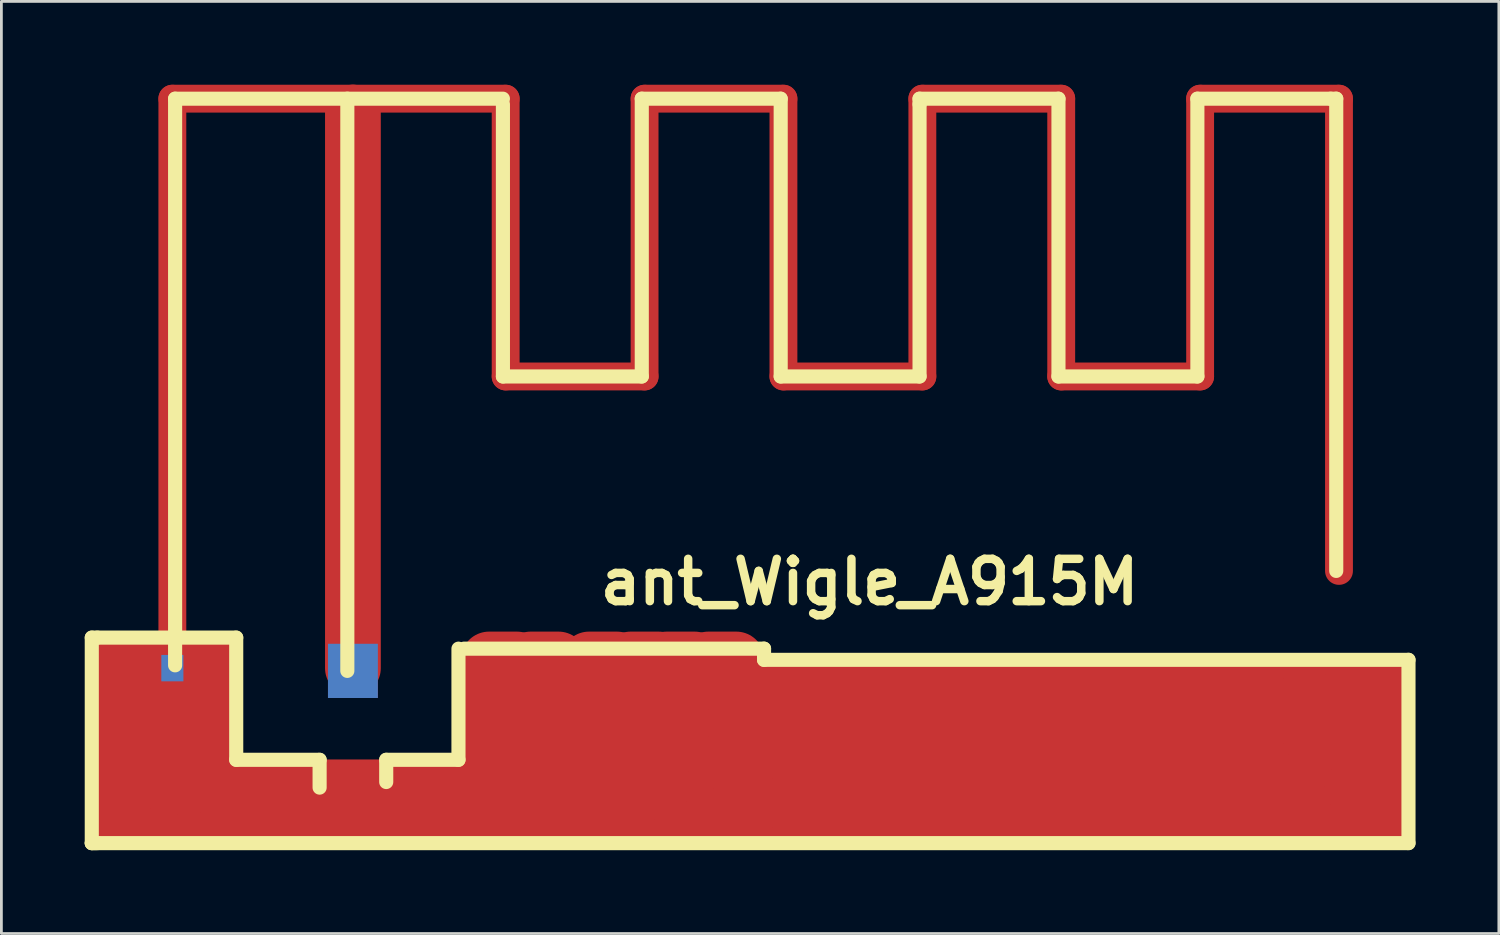
<source format=kicad_pcb>
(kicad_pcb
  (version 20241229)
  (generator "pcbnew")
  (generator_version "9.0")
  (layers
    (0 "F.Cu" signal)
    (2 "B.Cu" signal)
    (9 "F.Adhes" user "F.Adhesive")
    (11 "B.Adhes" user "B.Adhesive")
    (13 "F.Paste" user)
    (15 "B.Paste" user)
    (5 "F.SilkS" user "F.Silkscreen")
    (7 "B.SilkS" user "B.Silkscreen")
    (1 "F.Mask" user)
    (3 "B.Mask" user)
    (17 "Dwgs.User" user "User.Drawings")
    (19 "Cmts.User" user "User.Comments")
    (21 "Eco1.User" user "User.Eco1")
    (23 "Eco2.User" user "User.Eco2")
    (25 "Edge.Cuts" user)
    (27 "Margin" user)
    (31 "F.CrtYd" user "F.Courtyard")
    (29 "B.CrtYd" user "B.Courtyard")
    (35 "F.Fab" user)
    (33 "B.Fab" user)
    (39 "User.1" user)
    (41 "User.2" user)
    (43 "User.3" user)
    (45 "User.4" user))
  (footprint "ant_Wigle_A915M"
    (layer "F.Cu")
    (at 9.655 20.503)
    (property "Reference" "ant_Wigle_A915M" (at 18.6 -2.601 0) (layer "F.SilkS") (effects (font (size 1.524 1.524) (thickness 0.305))))
    (attr through_hole)
    (fp_line (start -8.499 4.803) (end 12.502 4.803) (stroke (width 2.032) (type solid)) (layer "F.Cu"))
    (fp_line (start -8.496 5.804) (end 12.504 5.804) (stroke (width 2.032) (type solid)) (layer "F.Cu"))
    (fp_line (start -8.397 4.801) (end -8.397 0.201) (stroke (width 2.032) (type solid)) (layer "F.Cu"))
    (fp_line (start -8.397 5.801) (end -8.397 1.201) (stroke (width 2.032) (type solid)) (layer "F.Cu"))
    (fp_line (start -8.098 0.198) (end -7.097 0.198) (stroke (width 2.032) (type solid)) (layer "F.Cu"))
    (fp_line (start -6.599 0.198) (end -5.598 0.198) (stroke (width 2.032) (type solid)) (layer "F.Cu"))
    (fp_line (start -6.596 4.801) (end -6.596 0.201) (stroke (width 2.032) (type solid)) (layer "F.Cu"))
    (fp_line (start -6.5 -20) (end -6.5 1.001) (stroke (width 1.003) (type solid)) (layer "F.Cu"))
    (fp_line (start -4.996 4.801) (end -4.996 0.201) (stroke (width 2.032) (type solid)) (layer "F.Cu"))
    (fp_line (start 0 -20) (end -6.5 -20) (stroke (width 1.003) (type solid)) (layer "F.Cu"))
    (fp_line (start 0 -20) (end 5.499 -20) (stroke (width 1.003) (type solid)) (layer "F.Cu"))
    (fp_line (start 0 0.5) (end 0 -19.5) (stroke (width 2.007) (type solid)) (layer "F.Cu"))
    (fp_line (start 4.803 4.999) (end 4.803 0.399) (stroke (width 2.032) (type solid)) (layer "F.Cu"))
    (fp_line (start 4.902 0.201) (end 5.903 0.201) (stroke (width 2.032) (type solid)) (layer "F.Cu"))
    (fp_line (start 5.499 -20) (end 5.499 -10) (stroke (width 1.003) (type solid)) (layer "F.Cu"))
    (fp_line (start 5.499 -10) (end 10.5 -10) (stroke (width 1.003) (type solid)) (layer "F.Cu"))
    (fp_line (start 6.401 0.201) (end 7.402 0.201) (stroke (width 2.032) (type solid)) (layer "F.Cu"))
    (fp_line (start 6.401 5.001) (end 6.401 0.401) (stroke (width 2.032) (type solid)) (layer "F.Cu"))
    (fp_line (start 8.001 5.001) (end 8.001 0.401) (stroke (width 2.032) (type solid)) (layer "F.Cu"))
    (fp_line (start 8.501 0.201) (end 9.502 0.201) (stroke (width 2.032) (type solid)) (layer "F.Cu"))
    (fp_line (start 9.601 5.001) (end 9.601 0.401) (stroke (width 2.032) (type solid)) (layer "F.Cu"))
    (fp_line (start 10 0.201) (end 11.001 0.201) (stroke (width 2.032) (type solid)) (layer "F.Cu"))
    (fp_line (start 10.5 -10) (end 10.5 -20) (stroke (width 1.003) (type solid)) (layer "F.Cu"))
    (fp_line (start 10.701 2.007) (end 31.702 2.007) (stroke (width 2.032) (type solid)) (layer "F.Cu"))
    (fp_line (start 11.201 5.001) (end 11.201 0.401) (stroke (width 2.032) (type solid)) (layer "F.Cu"))
    (fp_line (start 11.3 0.201) (end 12.301 0.201) (stroke (width 2.032) (type solid)) (layer "F.Cu"))
    (fp_line (start 12.101 3.599) (end 13.101 3.599) (stroke (width 2.032) (type solid)) (layer "F.Cu"))
    (fp_line (start 12.799 0.201) (end 13.8 0.201) (stroke (width 2.032) (type solid)) (layer "F.Cu"))
    (fp_line (start 12.903 4.806) (end 33.904 4.806) (stroke (width 2.032) (type solid)) (layer "F.Cu"))
    (fp_line (start 13 1.001) (end 34 1.001) (stroke (width 2.032) (type solid)) (layer "F.Cu"))
    (fp_line (start 13 3) (end 34 3) (stroke (width 2.032) (type solid)) (layer "F.Cu"))
    (fp_line (start 13.302 5.804) (end 34.303 5.804) (stroke (width 2.032) (type solid)) (layer "F.Cu"))
    (fp_line (start 13.599 3.599) (end 14.6 3.599) (stroke (width 2.032) (type solid)) (layer "F.Cu"))
    (fp_line (start 15.499 -20) (end 10.5 -20) (stroke (width 1.003) (type solid)) (layer "F.Cu"))
    (fp_line (start 15.499 -20) (end 15.499 -10) (stroke (width 1.003) (type solid)) (layer "F.Cu"))
    (fp_line (start 15.499 -10) (end 20.5 -10) (stroke (width 1.003) (type solid)) (layer "F.Cu"))
    (fp_line (start 16.101 6.005) (end 37.102 6.005) (stroke (width 2.032) (type solid)) (layer "F.Cu"))
    (fp_line (start 20.5 -20) (end 25.499 -20) (stroke (width 1.003) (type solid)) (layer "F.Cu"))
    (fp_line (start 20.5 -10) (end 20.5 -20) (stroke (width 1.003) (type solid)) (layer "F.Cu"))
    (fp_line (start 25.499 -20) (end 25.499 -10) (stroke (width 1.003) (type solid)) (layer "F.Cu"))
    (fp_line (start 30.5 -20) (end 35.499 -20) (stroke (width 1.003) (type solid)) (layer "F.Cu"))
    (fp_line (start 30.5 -10) (end 25.499 -10) (stroke (width 1.003) (type solid)) (layer "F.Cu"))
    (fp_line (start 30.5 -10) (end 30.5 -20) (stroke (width 1.003) (type solid)) (layer "F.Cu"))
    (fp_line (start 34.501 1.001) (end 34.501 3) (stroke (width 2.032) (type solid)) (layer "F.Cu"))
    (fp_line (start 34.501 1.001) (end 35.502 1.001) (stroke (width 2.032) (type solid)) (layer "F.Cu"))
    (fp_line (start 34.501 4.801) (end 35.502 4.801) (stroke (width 2.032) (type solid)) (layer "F.Cu"))
    (fp_line (start 35.499 -20) (end 35.499 -3) (stroke (width 1.003) (type solid)) (layer "F.Cu"))
    (fp_line (start 35.499 0.998) (end 35.499 2.997) (stroke (width 2.032) (type solid)) (layer "F.Cu"))
    (fp_line (start 35.502 1.001) (end 35.502 3) (stroke (width 2.032) (type solid)) (layer "F.Cu"))
    (fp_line (start 35.502 3) (end 34.501 3) (stroke (width 2.032) (type solid)) (layer "F.Cu"))
    (fp_line (start 35.999 1.001) (end 37 1.001) (stroke (width 2.032) (type solid)) (layer "F.Cu"))
    (fp_line (start 35.999 4.801) (end 37 4.801) (stroke (width 2.032) (type solid)) (layer "F.Cu"))
    (fp_line (start 36.998 0.998) (end 36.998 2.997) (stroke (width 2.032) (type solid)) (layer "F.Cu"))
    (fp_line (start 37 1.001) (end 37 3) (stroke (width 2.032) (type solid)) (layer "F.Cu"))
    (fp_line (start 37 3) (end 35.999 3) (stroke (width 2.032) (type solid)) (layer "F.Cu"))
    (fp_line (start 37.203 5.603) (end 37.203 1.003) (stroke (width 2.032) (type solid)) (layer "F.Cu"))
    (fp_line (start -9.401 -0.599) (end -9.401 6.8) (stroke (width 0.508) (type solid)) (layer "F.SilkS"))
    (fp_line (start -9.401 6.8) (end -9.2 6.8) (stroke (width 0.508) (type solid)) (layer "F.SilkS"))
    (fp_line (start -9.2 -0.599) (end -9.401 -0.599) (stroke (width 0.508) (type solid)) (layer "F.SilkS"))
    (fp_line (start -9.2 -0.599) (end -4.201 -0.599) (stroke (width 0.508) (type solid)) (layer "F.SilkS"))
    (fp_line (start -6.401 -20) (end 5.4 -20) (stroke (width 0.508) (type solid)) (layer "F.SilkS"))
    (fp_line (start -6.401 0.399) (end -6.401 -20) (stroke (width 0.508) (type solid)) (layer "F.SilkS"))
    (fp_line (start -4.201 -0.599) (end -4.201 3.8) (stroke (width 0.508) (type solid)) (layer "F.SilkS"))
    (fp_line (start -4.201 3.8) (end -1.199 3.8) (stroke (width 0.508) (type solid)) (layer "F.SilkS"))
    (fp_line (start -1.199 3.8) (end -1.199 4.801) (stroke (width 0.508) (type solid)) (layer "F.SilkS"))
    (fp_line (start -0.201 0.599) (end -0.201 -20) (stroke (width 0.508) (type solid)) (layer "F.SilkS"))
    (fp_line (start 1.199 3.8) (end 3.8 3.8) (stroke (width 0.508) (type solid)) (layer "F.SilkS"))
    (fp_line (start 1.199 4.6) (end 1.199 3.8) (stroke (width 0.508) (type solid)) (layer "F.SilkS"))
    (fp_line (start 3.8 3.8) (end 3.8 -0.201) (stroke (width 0.508) (type solid)) (layer "F.SilkS"))
    (fp_line (start 4 -0.201) (end 14.801 -0.201) (stroke (width 0.508) (type solid)) (layer "F.SilkS"))
    (fp_line (start 5.4 -19.799) (end 5.4 -10) (stroke (width 0.508) (type solid)) (layer "F.SilkS"))
    (fp_line (start 5.4 -10) (end 10.399 -10) (stroke (width 0.508) (type solid)) (layer "F.SilkS"))
    (fp_line (start 10.399 -20) (end 15.4 -20) (stroke (width 0.508) (type solid)) (layer "F.SilkS"))
    (fp_line (start 10.399 -10) (end 10.399 -20) (stroke (width 0.508) (type solid)) (layer "F.SilkS"))
    (fp_line (start 14.801 -0.201) (end 14.801 0.201) (stroke (width 0.508) (type solid)) (layer "F.SilkS"))
    (fp_line (start 14.801 0.201) (end 38.001 0.201) (stroke (width 0.508) (type solid)) (layer "F.SilkS"))
    (fp_line (start 15.4 -20) (end 15.4 -10) (stroke (width 0.508) (type solid)) (layer "F.SilkS"))
    (fp_line (start 15.4 -10) (end 20.399 -10) (stroke (width 0.508) (type solid)) (layer "F.SilkS"))
    (fp_line (start 20.399 -20) (end 25.4 -20) (stroke (width 0.508) (type solid)) (layer "F.SilkS"))
    (fp_line (start 20.399 -19.799) (end 20.399 -20) (stroke (width 0.508) (type solid)) (layer "F.SilkS"))
    (fp_line (start 20.399 -10) (end 20.399 -19.799) (stroke (width 0.508) (type solid)) (layer "F.SilkS"))
    (fp_line (start 25.4 -20) (end 25.4 -10) (stroke (width 0.508) (type solid)) (layer "F.SilkS"))
    (fp_line (start 25.4 -10) (end 30.401 -10) (stroke (width 0.508) (type solid)) (layer "F.SilkS"))
    (fp_line (start 30.401 -20) (end 35.199 -20) (stroke (width 0.508) (type solid)) (layer "F.SilkS"))
    (fp_line (start 30.401 -10) (end 30.401 -20) (stroke (width 0.508) (type solid)) (layer "F.SilkS"))
    (fp_line (start 35.199 -20) (end 35.4 -20) (stroke (width 0.508) (type solid)) (layer "F.SilkS"))
    (fp_line (start 35.4 -20) (end 35.4 -3) (stroke (width 0.508) (type solid)) (layer "F.SilkS"))
    (fp_line (start 38.001 0.201) (end 38.001 6.8) (stroke (width 0.508) (type solid)) (layer "F.SilkS"))
    (fp_line (start 38.001 6.8) (end -9.401 6.8) (stroke (width 0.508) (type solid)) (layer "F.SilkS"))
    (pad "1" smd rect (at 0 0.599) (size 1.796 1.951) (layers "*.Cu" "F.Mask" "F.Paste"))
    (pad "2" smd rect (at -6.5 0.5) (size 0.795 0.95) (layers "*.Cu" "F.Mask" "F.Paste")))
  (gr_rect
    (start -3 -3)
    (end 50.909 30.556)
    (stroke (width 0.1) (type default))
    (fill no)
    (layer "Edge.Cuts")))
</source>
